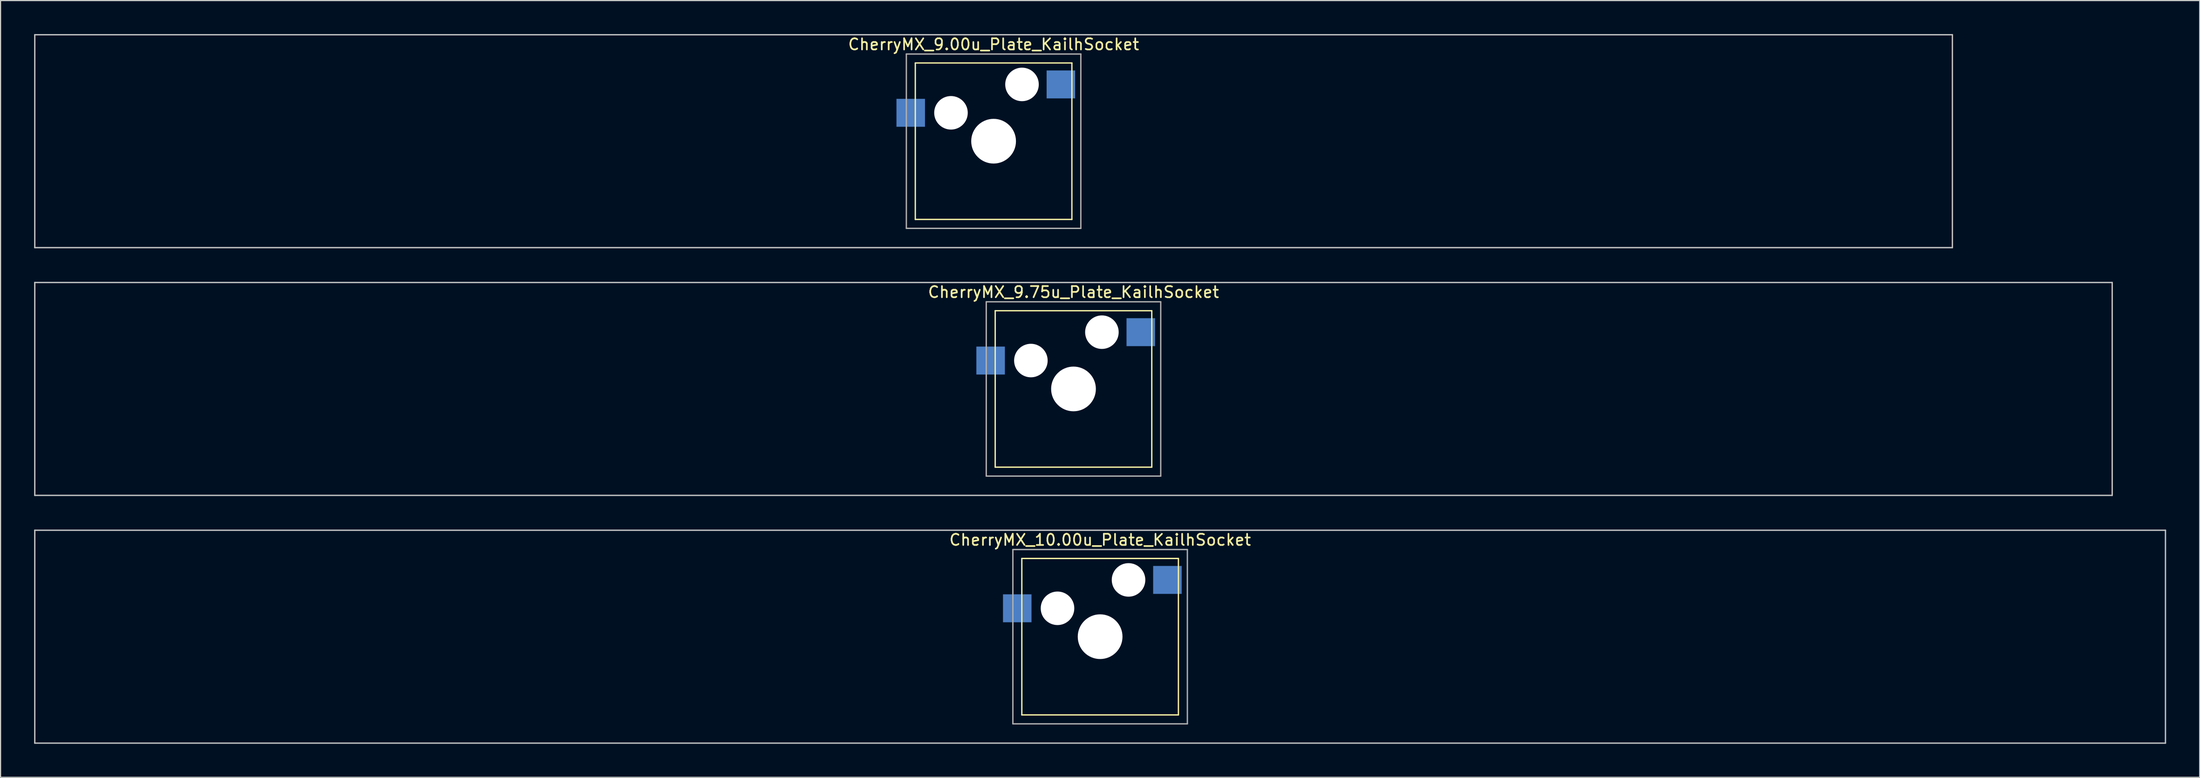
<source format=kicad_pcb>
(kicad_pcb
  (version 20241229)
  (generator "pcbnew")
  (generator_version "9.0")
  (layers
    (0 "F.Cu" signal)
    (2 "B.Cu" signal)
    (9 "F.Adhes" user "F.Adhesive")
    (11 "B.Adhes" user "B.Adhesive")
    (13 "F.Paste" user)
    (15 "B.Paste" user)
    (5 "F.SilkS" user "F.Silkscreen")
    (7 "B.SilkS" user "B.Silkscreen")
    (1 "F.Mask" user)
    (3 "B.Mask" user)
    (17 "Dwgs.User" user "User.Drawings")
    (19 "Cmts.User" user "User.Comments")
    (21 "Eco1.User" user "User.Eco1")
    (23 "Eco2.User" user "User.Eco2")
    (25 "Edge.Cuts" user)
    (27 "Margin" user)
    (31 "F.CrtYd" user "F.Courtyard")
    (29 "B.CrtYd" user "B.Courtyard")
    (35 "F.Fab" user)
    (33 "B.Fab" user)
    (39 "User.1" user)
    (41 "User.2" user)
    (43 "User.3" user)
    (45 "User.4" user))
  (footprint "CherryMX_10.00u_Plate_KailhSocket"
    (layer "F.Cu")
    (at 95.31 53.925)
    (property "Reference" "CherryMX_10.00u_Plate_KailhSocket" (at 0 -8.662 0) (layer "F.SilkS") (effects (font (size 1 1) (thickness 0.15))))
    (attr through_hole)
    (fp_line (start -7 -7) (end -7 7) (stroke (width 0.12) (type solid)) (layer "F.SilkS"))
    (fp_line (start -7 -7) (end 7 -7) (stroke (width 0.12) (type solid)) (layer "F.SilkS"))
    (fp_line (start 7 -7) (end 7 7) (stroke (width 0.12) (type solid)) (layer "F.SilkS"))
    (fp_line (start 7 7) (end -7 7) (stroke (width 0.12) (type solid)) (layer "F.SilkS"))
    (fp_line (start -95.25 -9.525) (end 95.25 -9.525) (stroke (width 0.12) (type solid)) (layer "Dwgs.User"))
    (fp_line (start -95.25 9.525) (end -95.25 -9.525) (stroke (width 0.12) (type solid)) (layer "Dwgs.User"))
    (fp_line (start 95.25 -9.525) (end 95.25 9.525) (stroke (width 0.12) (type solid)) (layer "Dwgs.User"))
    (fp_line (start 95.25 9.525) (end -95.25 9.525) (stroke (width 0.12) (type solid)) (layer "Dwgs.User"))
    (fp_line (start -7.8 -7.8) (end -7.8 7.8) (stroke (width 0.12) (type solid)) (layer "F.Fab"))
    (fp_line (start -7.8 -7.8) (end 7.8 -7.8) (stroke (width 0.12) (type solid)) (layer "F.Fab"))
    (fp_line (start -7.8 7.8) (end 7.8 7.8) (stroke (width 0.12) (type solid)) (layer "F.Fab"))
    (fp_line (start 7.8 -7.8) (end 7.8 7.8) (stroke (width 0.12) (type solid)) (layer "F.Fab"))
    (pad "" np_thru_hole circle (at -3.81 -2.54) (size 3 3) (drill 3) (layers "*.Cu" "*.Mask"))
    (pad "" np_thru_hole circle (at 0 0) (size 4 4) (drill 4) (layers "*.Cu" "*.Mask"))
    (pad "" np_thru_hole circle (at 2.54 -5.08) (size 3 3) (drill 3) (layers "*.Cu" "*.Mask"))
    (pad "1" smd rect (at -7.41 -2.54) (size 2.55 2.5) (layers "B.Cu" "B.Mask" "B.Paste"))
    (pad "2" smd rect (at 6.015 -5.08) (size 2.55 2.5) (layers "B.Cu" "B.Mask" "B.Paste")))
  (footprint "CherryMX_9.00u_Plate_KailhSocket"
    (layer "F.Cu")
    (at 85.785 9.585)
    (property "Reference" "CherryMX_9.00u_Plate_KailhSocket" (at 0 -8.662 0) (layer "F.SilkS") (effects (font (size 1 1) (thickness 0.15))))
    (attr through_hole)
    (fp_line (start -7 -7) (end -7 7) (stroke (width 0.12) (type solid)) (layer "F.SilkS"))
    (fp_line (start -7 -7) (end 7 -7) (stroke (width 0.12) (type solid)) (layer "F.SilkS"))
    (fp_line (start 7 -7) (end 7 7) (stroke (width 0.12) (type solid)) (layer "F.SilkS"))
    (fp_line (start 7 7) (end -7 7) (stroke (width 0.12) (type solid)) (layer "F.SilkS"))
    (fp_line (start -85.725 -9.525) (end 85.725 -9.525) (stroke (width 0.12) (type solid)) (layer "Dwgs.User"))
    (fp_line (start -85.725 9.525) (end -85.725 -9.525) (stroke (width 0.12) (type solid)) (layer "Dwgs.User"))
    (fp_line (start 85.725 -9.525) (end 85.725 9.525) (stroke (width 0.12) (type solid)) (layer "Dwgs.User"))
    (fp_line (start 85.725 9.525) (end -85.725 9.525) (stroke (width 0.12) (type solid)) (layer "Dwgs.User"))
    (fp_line (start -7.8 -7.8) (end -7.8 7.8) (stroke (width 0.12) (type solid)) (layer "F.Fab"))
    (fp_line (start -7.8 -7.8) (end 7.8 -7.8) (stroke (width 0.12) (type solid)) (layer "F.Fab"))
    (fp_line (start -7.8 7.8) (end 7.8 7.8) (stroke (width 0.12) (type solid)) (layer "F.Fab"))
    (fp_line (start 7.8 -7.8) (end 7.8 7.8) (stroke (width 0.12) (type solid)) (layer "F.Fab"))
    (pad "" np_thru_hole circle (at -3.81 -2.54) (size 3 3) (drill 3) (layers "*.Cu" "*.Mask"))
    (pad "" np_thru_hole circle (at 0 0) (size 4 4) (drill 4) (layers "*.Cu" "*.Mask"))
    (pad "" np_thru_hole circle (at 2.54 -5.08) (size 3 3) (drill 3) (layers "*.Cu" "*.Mask"))
    (pad "1" smd rect (at -7.41 -2.54) (size 2.55 2.5) (layers "B.Cu" "B.Mask" "B.Paste"))
    (pad "2" smd rect (at 6.015 -5.08) (size 2.55 2.5) (layers "B.Cu" "B.Mask" "B.Paste")))
  (footprint "CherryMX_9.75u_Plate_KailhSocket"
    (layer "F.Cu")
    (at 92.929 31.755)
    (property "Reference" "CherryMX_9.75u_Plate_KailhSocket" (at 0 -8.662 0) (layer "F.SilkS") (effects (font (size 1 1) (thickness 0.15))))
    (attr through_hole)
    (fp_line (start -7 -7) (end -7 7) (stroke (width 0.12) (type solid)) (layer "F.SilkS"))
    (fp_line (start -7 -7) (end 7 -7) (stroke (width 0.12) (type solid)) (layer "F.SilkS"))
    (fp_line (start 7 -7) (end 7 7) (stroke (width 0.12) (type solid)) (layer "F.SilkS"))
    (fp_line (start 7 7) (end -7 7) (stroke (width 0.12) (type solid)) (layer "F.SilkS"))
    (fp_line (start -92.869 -9.525) (end 92.869 -9.525) (stroke (width 0.12) (type solid)) (layer "Dwgs.User"))
    (fp_line (start -92.869 9.525) (end -92.869 -9.525) (stroke (width 0.12) (type solid)) (layer "Dwgs.User"))
    (fp_line (start 92.869 -9.525) (end 92.869 9.525) (stroke (width 0.12) (type solid)) (layer "Dwgs.User"))
    (fp_line (start 92.869 9.525) (end -92.869 9.525) (stroke (width 0.12) (type solid)) (layer "Dwgs.User"))
    (fp_line (start -7.8 -7.8) (end -7.8 7.8) (stroke (width 0.12) (type solid)) (layer "F.Fab"))
    (fp_line (start -7.8 -7.8) (end 7.8 -7.8) (stroke (width 0.12) (type solid)) (layer "F.Fab"))
    (fp_line (start -7.8 7.8) (end 7.8 7.8) (stroke (width 0.12) (type solid)) (layer "F.Fab"))
    (fp_line (start 7.8 -7.8) (end 7.8 7.8) (stroke (width 0.12) (type solid)) (layer "F.Fab"))
    (pad "" np_thru_hole circle (at -3.81 -2.54) (size 3 3) (drill 3) (layers "*.Cu" "*.Mask"))
    (pad "" np_thru_hole circle (at 0 0) (size 4 4) (drill 4) (layers "*.Cu" "*.Mask"))
    (pad "" np_thru_hole circle (at 2.54 -5.08) (size 3 3) (drill 3) (layers "*.Cu" "*.Mask"))
    (pad "1" smd rect (at -7.41 -2.54) (size 2.55 2.5) (layers "B.Cu" "B.Mask" "B.Paste"))
    (pad "2" smd rect (at 6.015 -5.08) (size 2.55 2.5) (layers "B.Cu" "B.Mask" "B.Paste")))
  (gr_rect
    (start -3 -3)
    (end 193.62 66.51)
    (stroke (width 0.1) (type default))
    (fill no)
    (layer "Edge.Cuts")))
</source>
